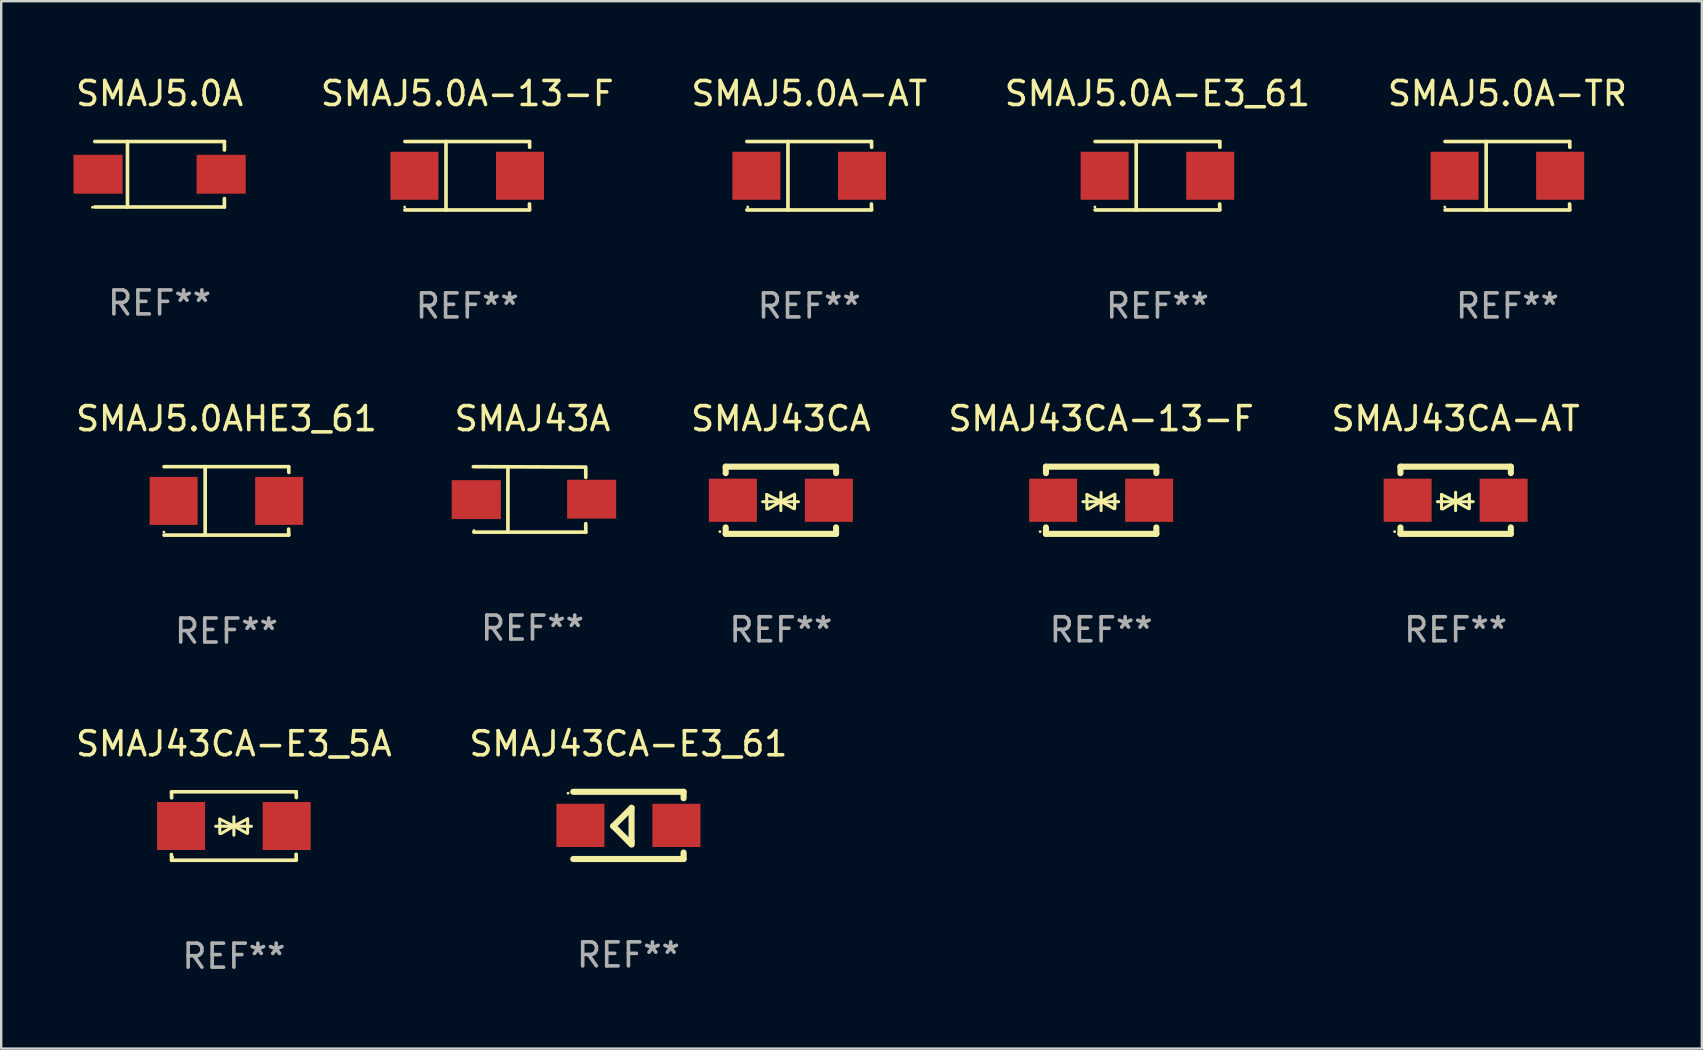
<source format=kicad_pcb>
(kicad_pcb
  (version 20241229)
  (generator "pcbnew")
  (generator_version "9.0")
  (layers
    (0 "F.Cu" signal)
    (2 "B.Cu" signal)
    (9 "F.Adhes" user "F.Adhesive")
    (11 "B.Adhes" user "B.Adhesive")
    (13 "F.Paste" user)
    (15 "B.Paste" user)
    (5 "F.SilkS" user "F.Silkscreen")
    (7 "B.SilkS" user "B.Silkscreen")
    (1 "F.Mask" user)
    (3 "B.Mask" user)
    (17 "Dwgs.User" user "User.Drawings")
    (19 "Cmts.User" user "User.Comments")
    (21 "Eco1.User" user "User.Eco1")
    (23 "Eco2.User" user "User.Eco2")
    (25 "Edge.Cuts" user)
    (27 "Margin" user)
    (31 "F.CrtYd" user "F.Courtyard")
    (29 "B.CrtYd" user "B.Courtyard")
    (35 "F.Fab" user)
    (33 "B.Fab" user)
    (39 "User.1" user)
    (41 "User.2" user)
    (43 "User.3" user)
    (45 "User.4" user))
  (footprint "SMAJ43CA-E3_5A"
    (layer "F.Cu")
    (at 6.696 31.372)
    (property "Reference" "SMAJ43CA-E3_5A" (at 0 -3.426 0) (layer "F.SilkS") (effects (font (size 1 1) (thickness 0.15))))
    (attr through_hole)
    (fp_line (start -2.596 -1.426) (end 2.596 -1.426) (stroke (width 0.152) (type solid)) (layer "F.SilkS"))
    (fp_line (start -2.596 1.426) (end -2.603 1.187) (stroke (width 0.152) (type solid)) (layer "F.SilkS"))
    (fp_line (start -2.596 1.426) (end 2.596 1.426) (stroke (width 0.152) (type solid)) (layer "F.SilkS"))
    (fp_line (start -2.593 -1.176) (end -2.6 -1.415) (stroke (width 0.152) (type solid)) (layer "F.SilkS"))
    (fp_line (start -0.758 0.011) (end 0.732 0.011) (stroke (width 0.127) (type solid)) (layer "F.SilkS"))
    (fp_line (start -0.588 -0.289) (end -0.588 0.311) (stroke (width 0.127) (type solid)) (layer "F.SilkS"))
    (fp_line (start -0.588 -0.289) (end 0 0) (stroke (width 0.127) (type solid)) (layer "F.SilkS"))
    (fp_line (start -0.528 0.311) (end 0 0) (stroke (width 0.127) (type solid)) (layer "F.SilkS"))
    (fp_line (start 0 0) (end 0 -0.381) (stroke (width 0.127) (type solid)) (layer "F.SilkS"))
    (fp_line (start 0 0) (end 0 0.381) (stroke (width 0.127) (type solid)) (layer "F.SilkS"))
    (fp_line (start 0.542 0.301) (end 0 0) (stroke (width 0.127) (type solid)) (layer "F.SilkS"))
    (fp_line (start 0.572 -0.299) (end 0 0) (stroke (width 0.127) (type solid)) (layer "F.SilkS"))
    (fp_line (start 0.572 -0.299) (end 0.572 0.301) (stroke (width 0.127) (type solid)) (layer "F.SilkS"))
    (fp_line (start 2.593 1.176) (end 2.6 1.415) (stroke (width 0.152) (type solid)) (layer "F.SilkS"))
    (fp_line (start 2.596 -1.426) (end 2.603 -1.187) (stroke (width 0.152) (type solid)) (layer "F.SilkS"))
    (fp_circle (center -2.55 1.3) (end -2.52 1.3) (stroke (width 0.06) (type solid)) (fill no) (layer "F.SilkS"))
    (fp_text user "REF**" (at 0 5.426 0) (layer "F.Fab") (effects (font (size 1 1) (thickness 0.15))))
    (pad "1" smd rect (at -2.2 0 180) (size 2 2) (layers "F.Cu" "F.Mask" "F.Paste"))
    (pad "2" smd rect (at 2.2 0 180) (size 2 2) (layers "F.Cu" "F.Mask" "F.Paste")))
  (footprint "SMAJ43CA-AT"
    (layer "F.Cu")
    (at 57.61 17.797)
    (property "Reference" "SMAJ43CA-AT" (at 0 -3.4 0) (layer "F.SilkS") (effects (font (size 1 1) (thickness 0.15))))
    (attr through_hole)
    (fp_line (start -2.3 -1.4) (end -2.3 -1.131) (stroke (width 0.254) (type solid)) (layer "F.SilkS"))
    (fp_line (start -2.3 -1.4) (end 2.3 -1.4) (stroke (width 0.254) (type solid)) (layer "F.SilkS"))
    (fp_line (start -2.3 1.131) (end -2.3 1.4) (stroke (width 0.254) (type solid)) (layer "F.SilkS"))
    (fp_line (start -2.3 1.4) (end 2.3 1.4) (stroke (width 0.254) (type solid)) (layer "F.SilkS"))
    (fp_line (start -0.76 0.06) (end 0.73 0.06) (stroke (width 0.127) (type solid)) (layer "F.SilkS"))
    (fp_line (start -0.59 -0.24) (end -0.59 0.36) (stroke (width 0.127) (type solid)) (layer "F.SilkS"))
    (fp_line (start -0.59 -0.24) (end -0.002 0.049) (stroke (width 0.127) (type solid)) (layer "F.SilkS"))
    (fp_line (start -0.53 0.36) (end -0.002 0.049) (stroke (width 0.127) (type solid)) (layer "F.SilkS"))
    (fp_line (start -0.002 0.049) (end -0.002 -0.332) (stroke (width 0.127) (type solid)) (layer "F.SilkS"))
    (fp_line (start -0.002 0.049) (end -0.002 0.43) (stroke (width 0.127) (type solid)) (layer "F.SilkS"))
    (fp_line (start 0.54 0.35) (end -0.002 0.049) (stroke (width 0.127) (type solid)) (layer "F.SilkS"))
    (fp_line (start 0.57 -0.25) (end -0.002 0.049) (stroke (width 0.127) (type solid)) (layer "F.SilkS"))
    (fp_line (start 0.57 -0.25) (end 0.57 0.35) (stroke (width 0.127) (type solid)) (layer "F.SilkS"))
    (fp_line (start 2.3 -1.4) (end 2.3 -1.131) (stroke (width 0.254) (type solid)) (layer "F.SilkS"))
    (fp_line (start 2.3 1.131) (end 2.3 1.4) (stroke (width 0.254) (type solid)) (layer "F.SilkS"))
    (fp_circle (center -2.542 1.308) (end -2.512 1.308) (stroke (width 0.06) (type solid)) (fill no) (layer "F.SilkS"))
    (fp_text user "REF**" (at 0 5.4 0) (layer "F.Fab") (effects (font (size 1 1) (thickness 0.15))))
    (pad "1" smd rect (at -2 0) (size 2 1.8) (layers "F.Cu" "F.Mask" "F.Paste"))
    (pad "2" smd rect (at 2 0) (size 2 1.8) (layers "F.Cu" "F.Mask" "F.Paste")))
  (footprint "SMAJ5.0A-TR"
    (layer "F.Cu")
    (at 59.768 4.274)
    (property "Reference" "SMAJ5.0A-TR" (at 0 -3.426 0) (layer "F.SilkS") (effects (font (size 1 1) (thickness 0.15))))
    (attr through_hole)
    (fp_line (start -2.6 -1.426) (end 2.593 -1.426) (stroke (width 0.152) (type solid)) (layer "F.SilkS"))
    (fp_line (start -2.6 1.426) (end 2.593 1.426) (stroke (width 0.152) (type solid)) (layer "F.SilkS"))
    (fp_line (start -0.887 -1.426) (end -0.887 1.426) (stroke (width 0.152) (type solid)) (layer "F.SilkS"))
    (fp_line (start 2.59 1.176) (end 2.597 1.415) (stroke (width 0.152) (type solid)) (layer "F.SilkS"))
    (fp_line (start 2.593 -1.426) (end 2.6 -1.187) (stroke (width 0.152) (type solid)) (layer "F.SilkS"))
    (fp_circle (center -2.608 1.3) (end -2.578 1.3) (stroke (width 0.06) (type solid)) (fill no) (layer "F.SilkS"))
    (fp_text user "REF**" (at 0 5.426 0) (layer "F.Fab") (effects (font (size 1 1) (thickness 0.15))))
    (pad "1" smd rect (at -2.203 0 180) (size 2 2) (layers "F.Cu" "F.Mask" "F.Paste"))
    (pad "2" smd rect (at 2.197 0 180) (size 2 2) (layers "F.Cu" "F.Mask" "F.Paste")))
  (footprint "SMAJ43CA-E3_61"
    (layer "F.Cu")
    (at 23.137 31.346)
    (property "Reference" "SMAJ43CA-E3_61" (at 0 -3.4 0) (layer "F.SilkS") (effects (font (size 1 1) (thickness 0.15))))
    (attr through_hole)
    (fp_line (start -2.3 -1.4) (end 2.3 -1.4) (stroke (width 0.254) (type solid)) (layer "F.SilkS"))
    (fp_line (start -2.3 1.4) (end 2.3 1.4) (stroke (width 0.254) (type solid)) (layer "F.SilkS"))
    (fp_line (start -0.631 0.03) (end 0.131 -0.732) (stroke (width 0.254) (type solid)) (layer "F.SilkS"))
    (fp_line (start 0.004 0.665) (end -0.631 0.03) (stroke (width 0.254) (type solid)) (layer "F.SilkS"))
    (fp_line (start 0.131 -0.732) (end 0.131 0.665) (stroke (width 0.254) (type solid)) (layer "F.SilkS"))
    (fp_line (start 0.131 0.665) (end 0.131 0.792) (stroke (width 0.254) (type solid)) (layer "F.SilkS"))
    (fp_line (start 0.131 0.792) (end 0.004 0.665) (stroke (width 0.254) (type solid)) (layer "F.SilkS"))
    (fp_line (start 2.3 -1.4) (end 2.3 -1.131) (stroke (width 0.254) (type solid)) (layer "F.SilkS"))
    (fp_line (start 2.3 1.131) (end 2.3 1.4) (stroke (width 0.254) (type solid)) (layer "F.SilkS"))
    (fp_circle (center -2.517 -1.342) (end -2.487 -1.342) (stroke (width 0.06) (type solid)) (fill no) (layer "F.SilkS"))
    (fp_text user "REF**" (at 0 5.4 0) (layer "F.Fab") (effects (font (size 1 1) (thickness 0.15))))
    (pad "1" smd rect (at -2 -0.000127) (size 2 1.8) (layers "F.Cu" "F.Mask" "F.Paste"))
    (pad "2" smd rect (at 2 -0.000127) (size 2 1.8) (layers "F.Cu" "F.Mask" "F.Paste")))
  (footprint "SMAJ5.0A-AT"
    (layer "F.Cu")
    (at 30.673 4.274)
    (property "Reference" "SMAJ5.0A-AT" (at 0 -3.426 0) (layer "F.SilkS") (effects (font (size 1 1) (thickness 0.15))))
    (attr through_hole)
    (fp_line (start -2.6 -1.426) (end 2.593 -1.426) (stroke (width 0.152) (type solid)) (layer "F.SilkS"))
    (fp_line (start -2.6 1.426) (end 2.593 1.426) (stroke (width 0.152) (type solid)) (layer "F.SilkS"))
    (fp_line (start -0.887 -1.426) (end -0.887 1.426) (stroke (width 0.152) (type solid)) (layer "F.SilkS"))
    (fp_line (start 2.59 1.176) (end 2.597 1.415) (stroke (width 0.152) (type solid)) (layer "F.SilkS"))
    (fp_line (start 2.593 -1.426) (end 2.6 -1.187) (stroke (width 0.152) (type solid)) (layer "F.SilkS"))
    (fp_circle (center -2.563 1.3) (end -2.533 1.3) (stroke (width 0.06) (type solid)) (fill no) (layer "F.SilkS"))
    (fp_text user "REF**" (at 0 5.426 0) (layer "F.Fab") (effects (font (size 1 1) (thickness 0.15))))
    (pad "1" smd rect (at -2.203 -0.000025 180) (size 2 2) (layers "F.Cu" "F.Mask" "F.Paste"))
    (pad "2" smd rect (at 2.197 -0.000025 180) (size 2 2) (layers "F.Cu" "F.Mask" "F.Paste")))
  (footprint "SMAJ5.0AHE3_61"
    (layer "F.Cu")
    (at 6.387 17.823)
    (property "Reference" "SMAJ5.0AHE3_61" (at 0 -3.426 0) (layer "F.SilkS") (effects (font (size 1 1) (thickness 0.15))))
    (attr through_hole)
    (fp_line (start -2.6 -1.426) (end 2.593 -1.426) (stroke (width 0.152) (type solid)) (layer "F.SilkS"))
    (fp_line (start -2.6 1.426) (end 2.593 1.426) (stroke (width 0.152) (type solid)) (layer "F.SilkS"))
    (fp_line (start -0.887 -1.426) (end -0.887 1.426) (stroke (width 0.152) (type solid)) (layer "F.SilkS"))
    (fp_line (start 2.59 1.176) (end 2.597 1.415) (stroke (width 0.152) (type solid)) (layer "F.SilkS"))
    (fp_line (start 2.593 -1.426) (end 2.6 -1.187) (stroke (width 0.152) (type solid)) (layer "F.SilkS"))
    (fp_circle (center -2.608 1.3) (end -2.578 1.3) (stroke (width 0.06) (type solid)) (fill no) (layer "F.SilkS"))
    (fp_text user "REF**" (at 0 5.426 0) (layer "F.Fab") (effects (font (size 1 1) (thickness 0.15))))
    (pad "1" smd rect (at -2.203 0 180) (size 2 2) (layers "F.Cu" "F.Mask" "F.Paste"))
    (pad "2" smd rect (at 2.197 0 180) (size 2 2) (layers "F.Cu" "F.Mask" "F.Paste")))
  (footprint "SMAJ43CA"
    (layer "F.Cu")
    (at 29.491 17.797)
    (property "Reference" "SMAJ43CA" (at 0 -3.4 0) (layer "F.SilkS") (effects (font (size 1 1) (thickness 0.15))))
    (attr through_hole)
    (fp_line (start -2.3 -1.4) (end -2.3 -1.131) (stroke (width 0.254) (type solid)) (layer "F.SilkS"))
    (fp_line (start -2.3 -1.4) (end 2.3 -1.4) (stroke (width 0.254) (type solid)) (layer "F.SilkS"))
    (fp_line (start -2.3 1.131) (end -2.3 1.4) (stroke (width 0.254) (type solid)) (layer "F.SilkS"))
    (fp_line (start -2.3 1.4) (end 2.3 1.4) (stroke (width 0.254) (type solid)) (layer "F.SilkS"))
    (fp_line (start -0.76 0.06) (end 0.73 0.06) (stroke (width 0.127) (type solid)) (layer "F.SilkS"))
    (fp_line (start -0.59 -0.24) (end -0.59 0.36) (stroke (width 0.127) (type solid)) (layer "F.SilkS"))
    (fp_line (start -0.59 -0.24) (end -0.002 0.049) (stroke (width 0.127) (type solid)) (layer "F.SilkS"))
    (fp_line (start -0.53 0.36) (end -0.002 0.049) (stroke (width 0.127) (type solid)) (layer "F.SilkS"))
    (fp_line (start -0.002 0.049) (end -0.002 -0.332) (stroke (width 0.127) (type solid)) (layer "F.SilkS"))
    (fp_line (start -0.002 0.049) (end -0.002 0.43) (stroke (width 0.127) (type solid)) (layer "F.SilkS"))
    (fp_line (start 0.54 0.35) (end -0.002 0.049) (stroke (width 0.127) (type solid)) (layer "F.SilkS"))
    (fp_line (start 0.57 -0.25) (end -0.002 0.049) (stroke (width 0.127) (type solid)) (layer "F.SilkS"))
    (fp_line (start 0.57 -0.25) (end 0.57 0.35) (stroke (width 0.127) (type solid)) (layer "F.SilkS"))
    (fp_line (start 2.3 -1.4) (end 2.3 -1.131) (stroke (width 0.254) (type solid)) (layer "F.SilkS"))
    (fp_line (start 2.3 1.131) (end 2.3 1.4) (stroke (width 0.254) (type solid)) (layer "F.SilkS"))
    (fp_circle (center -2.542 1.308) (end -2.512 1.308) (stroke (width 0.06) (type solid)) (fill no) (layer "F.SilkS"))
    (fp_text user "REF**" (at 0 5.4 0) (layer "F.Fab") (effects (font (size 1 1) (thickness 0.15))))
    (pad "1" smd rect (at -2 0) (size 2 1.8) (layers "F.Cu" "F.Mask" "F.Paste"))
    (pad "2" smd rect (at 2 0) (size 2 1.8) (layers "F.Cu" "F.Mask" "F.Paste")))
  (footprint "SMAJ5.0A-E3_61"
    (layer "F.Cu")
    (at 45.185 4.274)
    (property "Reference" "SMAJ5.0A-E3_61" (at 0 -3.426 0) (layer "F.SilkS") (effects (font (size 1 1) (thickness 0.15))))
    (attr through_hole)
    (fp_line (start -2.6 -1.426) (end 2.593 -1.426) (stroke (width 0.152) (type solid)) (layer "F.SilkS"))
    (fp_line (start -2.6 1.426) (end 2.593 1.426) (stroke (width 0.152) (type solid)) (layer "F.SilkS"))
    (fp_line (start -0.887 -1.426) (end -0.887 1.426) (stroke (width 0.152) (type solid)) (layer "F.SilkS"))
    (fp_line (start 2.59 1.176) (end 2.597 1.415) (stroke (width 0.152) (type solid)) (layer "F.SilkS"))
    (fp_line (start 2.593 -1.426) (end 2.6 -1.187) (stroke (width 0.152) (type solid)) (layer "F.SilkS"))
    (fp_circle (center -2.608 1.3) (end -2.578 1.3) (stroke (width 0.06) (type solid)) (fill no) (layer "F.SilkS"))
    (fp_text user "REF**" (at 0 5.426 0) (layer "F.Fab") (effects (font (size 1 1) (thickness 0.15))))
    (pad "1" smd rect (at -2.203 0 180) (size 2 2) (layers "F.Cu" "F.Mask" "F.Paste"))
    (pad "2" smd rect (at 2.197 0 180) (size 2 2) (layers "F.Cu" "F.Mask" "F.Paste")))
  (footprint "SMAJ43CA-13-F"
    (layer "F.Cu")
    (at 42.837 17.797)
    (property "Reference" "SMAJ43CA-13-F" (at 0 -3.4 0) (layer "F.SilkS") (effects (font (size 1 1) (thickness 0.15))))
    (attr through_hole)
    (fp_line (start -2.3 -1.4) (end -2.3 -1.131) (stroke (width 0.254) (type solid)) (layer "F.SilkS"))
    (fp_line (start -2.3 -1.4) (end 2.3 -1.4) (stroke (width 0.254) (type solid)) (layer "F.SilkS"))
    (fp_line (start -2.3 1.131) (end -2.3 1.4) (stroke (width 0.254) (type solid)) (layer "F.SilkS"))
    (fp_line (start -2.3 1.4) (end 2.3 1.4) (stroke (width 0.254) (type solid)) (layer "F.SilkS"))
    (fp_line (start -0.76 0.06) (end 0.73 0.06) (stroke (width 0.127) (type solid)) (layer "F.SilkS"))
    (fp_line (start -0.59 -0.24) (end -0.59 0.36) (stroke (width 0.127) (type solid)) (layer "F.SilkS"))
    (fp_line (start -0.59 -0.24) (end -0.002 0.049) (stroke (width 0.127) (type solid)) (layer "F.SilkS"))
    (fp_line (start -0.53 0.36) (end -0.002 0.049) (stroke (width 0.127) (type solid)) (layer "F.SilkS"))
    (fp_line (start -0.002 0.049) (end -0.002 -0.332) (stroke (width 0.127) (type solid)) (layer "F.SilkS"))
    (fp_line (start -0.002 0.049) (end -0.002 0.43) (stroke (width 0.127) (type solid)) (layer "F.SilkS"))
    (fp_line (start 0.54 0.35) (end -0.002 0.049) (stroke (width 0.127) (type solid)) (layer "F.SilkS"))
    (fp_line (start 0.57 -0.25) (end -0.002 0.049) (stroke (width 0.127) (type solid)) (layer "F.SilkS"))
    (fp_line (start 0.57 -0.25) (end 0.57 0.35) (stroke (width 0.127) (type solid)) (layer "F.SilkS"))
    (fp_line (start 2.3 -1.4) (end 2.3 -1.131) (stroke (width 0.254) (type solid)) (layer "F.SilkS"))
    (fp_line (start 2.3 1.131) (end 2.3 1.4) (stroke (width 0.254) (type solid)) (layer "F.SilkS"))
    (fp_circle (center -2.542 1.308) (end -2.512 1.308) (stroke (width 0.06) (type solid)) (fill no) (layer "F.SilkS"))
    (fp_text user "REF**" (at 0 5.4 0) (layer "F.Fab") (effects (font (size 1 1) (thickness 0.15))))
    (pad "1" smd rect (at -2 0) (size 2 1.8) (layers "F.Cu" "F.Mask" "F.Paste"))
    (pad "2" smd rect (at 2 0) (size 2 1.8) (layers "F.Cu" "F.Mask" "F.Paste")))
  (footprint "SMAJ43A"
    (layer "F.Cu")
    (at 19.14 17.761)
    (property "Reference" "SMAJ43A" (at 0 -3.364 0) (layer "F.SilkS") (effects (font (size 1 1) (thickness 0.15))))
    (attr through_hole)
    (fp_line (start -2.465 -1.364) (end 2.22 -1.346) (stroke (width 0.152) (type solid)) (layer "F.SilkS"))
    (fp_line (start -2.442 1.364) (end 2.226 1.364) (stroke (width 0.152) (type solid)) (layer "F.SilkS"))
    (fp_line (start -1.024 -1.364) (end -1.024 1.364) (stroke (width 0.152) (type solid)) (layer "F.SilkS"))
    (fp_line (start 2.22 -1.27) (end 2.22 -0.919) (stroke (width 0.152) (type solid)) (layer "F.SilkS"))
    (fp_line (start 2.22 1.364) (end 2.22 1.013) (stroke (width 0.152) (type solid)) (layer "F.SilkS"))
    (fp_circle (center -2.439 1.3) (end -2.409 1.3) (stroke (width 0.06) (type solid)) (fill no) (layer "F.SilkS"))
    (fp_text user "REF**" (at 0 5.364 0) (layer "F.Fab") (effects (font (size 1 1) (thickness 0.15))))
    (pad "1" smd rect (at -2.343 0.009) (size 2.046 1.62) (layers "F.Cu" "F.Mask" "F.Paste"))
    (pad "2" smd rect (at 2.465 -0.009 180) (size 2.046 1.62) (layers "F.Cu" "F.Mask" "F.Paste")))
  (footprint "SMAJ5.0A"
    (layer "F.Cu")
    (at 3.601 4.212)
    (property "Reference" "SMAJ5.0A" (at 0 -3.364 0) (layer "F.SilkS") (effects (font (size 1 1) (thickness 0.15))))
    (attr through_hole)
    (fp_line (start -2.701 -1.364) (end 2.701 -1.364) (stroke (width 0.152) (type solid)) (layer "F.SilkS"))
    (fp_line (start -2.701 1.364) (end 2.701 1.364) (stroke (width 0.152) (type solid)) (layer "F.SilkS"))
    (fp_line (start -1.339 -1.364) (end -1.339 1.364) (stroke (width 0.152) (type solid)) (layer "F.SilkS"))
    (fp_line (start 2.701 -1.364) (end 2.701 -1.013) (stroke (width 0.152) (type solid)) (layer "F.SilkS"))
    (fp_line (start 2.701 1.364) (end 2.701 1.013) (stroke (width 0.152) (type solid)) (layer "F.SilkS"))
    (fp_circle (center -2.8 1.375) (end -2.77 1.375) (stroke (width 0.06) (type solid)) (fill no) (layer "F.SilkS"))
    (fp_text user "REF**" (at 0 5.364 0) (layer "F.Fab") (effects (font (size 1 1) (thickness 0.15))))
    (pad "1" smd rect (at -2.565 -0.000025) (size 2.046 1.62) (layers "F.Cu" "F.Mask" "F.Paste"))
    (pad "2" smd rect (at 2.565 -0.000025) (size 2.046 1.62) (layers "F.Cu" "F.Mask" "F.Paste")))
  (footprint "SMAJ5.0A-13-F"
    (layer "F.Cu")
    (at 16.423 4.274)
    (property "Reference" "SMAJ5.0A-13-F" (at 0 -3.426 0) (layer "F.SilkS") (effects (font (size 1 1) (thickness 0.15))))
    (attr through_hole)
    (fp_line (start -2.6 -1.426) (end 2.593 -1.426) (stroke (width 0.152) (type solid)) (layer "F.SilkS"))
    (fp_line (start -2.6 1.426) (end 2.593 1.426) (stroke (width 0.152) (type solid)) (layer "F.SilkS"))
    (fp_line (start -0.887 -1.426) (end -0.887 1.426) (stroke (width 0.152) (type solid)) (layer "F.SilkS"))
    (fp_line (start 2.59 1.176) (end 2.597 1.415) (stroke (width 0.152) (type solid)) (layer "F.SilkS"))
    (fp_line (start 2.593 -1.426) (end 2.6 -1.187) (stroke (width 0.152) (type solid)) (layer "F.SilkS"))
    (fp_circle (center -2.608 1.3) (end -2.578 1.3) (stroke (width 0.06) (type solid)) (fill no) (layer "F.SilkS"))
    (fp_text user "REF**" (at 0 5.426 0) (layer "F.Fab") (effects (font (size 1 1) (thickness 0.15))))
    (pad "1" smd rect (at -2.203 0 180) (size 2 2) (layers "F.Cu" "F.Mask" "F.Paste"))
    (pad "2" smd rect (at 2.197 0 180) (size 2 2) (layers "F.Cu" "F.Mask" "F.Paste")))
  (gr_rect
    (start -3 -3)
    (end 67.869 40.647)
    (stroke (width 0.1) (type default))
    (fill no)
    (layer "Edge.Cuts")))
</source>
